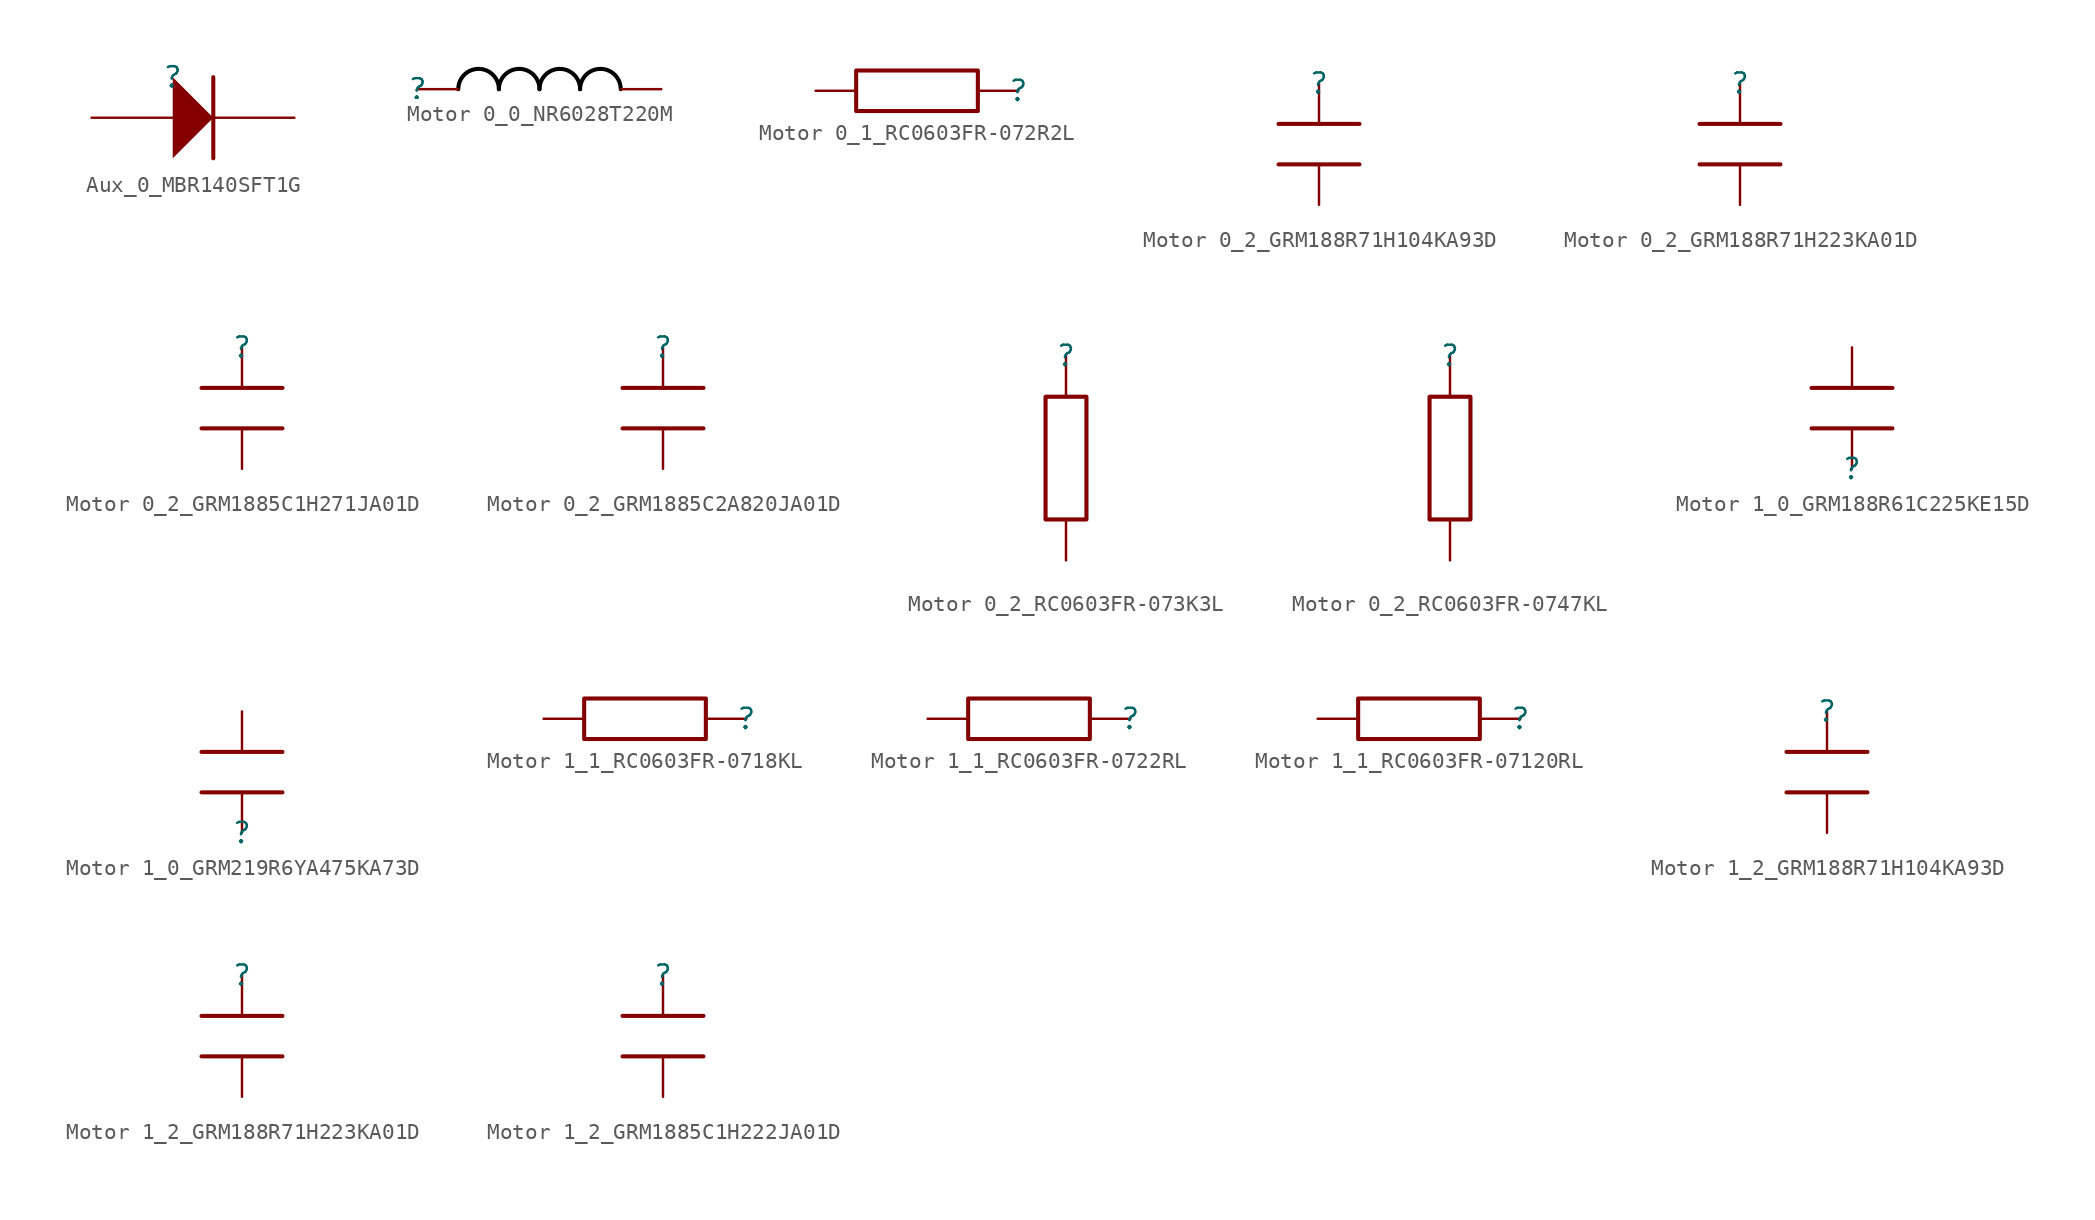
<source format=kicad_sym>
(kicad_symbol_lib
  (version 20231120)
  (generator "kicad_symbol_editor")
  (generator_version "8.0")
  (symbol "Aux_0_MBR140SFT1G"
    (property "Reference" ""
      (at 0 0 0)
      (effects (font (size 1.27 1.27))))
    (property "Value" ""
      (at 0 0 0)
      (effects (font (size 1.27 1.27))))
    (symbol "Aux_0_MBR140SFT1G_1_0"
      (polyline (pts (xy 2.54 0) (xy 2.54 -5.08)) (stroke (width 0.254) (type solid)) (fill (type none)))
      (polyline (pts (xy 0 -5.08) (xy 2.54 -2.54) (xy 0 0) (xy 0 -5.08)) (stroke (width -0.0001) (type solid)) (fill (type outline)))
      (pin passive line (at -5.08 -2.54 0) (length 5.08) (name "A" (effects (font (size 0 0)))) (number "A" (effects (font (size 0 0)))))
      (pin passive line (at 7.62 -2.54 180) (length 5.08) (name "K" (effects (font (size 0 0)))) (number "K" (effects (font (size 0 0)))))))
  (symbol "Motor 0_0_NR6028T220M"
    (property "Reference" ""
      (at 0 0 0)
      (effects (font (size 1.27 1.27))))
    (property "Value" ""
      (at 0 0 0)
      (effects (font (size 1.27 1.27))))
    (symbol "Motor 0_0_NR6028T220M_1_0"
      (arc (start 5.08 0) (mid 3.81 1.27) (end 2.54 0) (stroke (width 0.254) (type solid) (color 0 0 0 1)) (fill (type none)))
      (arc (start 7.62 0) (mid 6.35 1.27) (end 5.08 0) (stroke (width 0.254) (type solid) (color 0 0 0 1)) (fill (type none)))
      (arc (start 10.16 0) (mid 8.89 1.27) (end 7.62 0) (stroke (width 0.254) (type solid) (color 0 0 0 1)) (fill (type none)))
      (arc (start 12.7 0) (mid 11.43 1.27) (end 10.16 0) (stroke (width 0.254) (type solid) (color 0 0 0 1)) (fill (type none)))
      (pin passive line (at 0 0 0) (length 2.54) (name "1" (effects (font (size 0 0)))) (number "1" (effects (font (size 0 0)))))
      (pin passive line (at 15.24 0 180) (length 2.54) (name "2" (effects (font (size 0 0)))) (number "2" (effects (font (size 0 0)))))))
  (symbol "Motor 0_1_RC0603FR-072R2L"
    (property "Reference" ""
      (at 0 0 0)
      (effects (font (size 1.27 1.27))))
    (property "Value" ""
      (at 0 0 0)
      (effects (font (size 1.27 1.27))))
    (symbol "Motor 0_1_RC0603FR-072R2L_1_0"
      (polyline (pts (xy -2.54 1.27) (xy -2.54 -1.27) (xy -10.16 -1.27) (xy -10.16 1.27) (xy -2.54 1.27)) (stroke (width 0.254) (type solid)) (fill (type none)))
      (pin passive line (at 0 0 180) (length 2.54) (name "0" (effects (font (size 0 0)))) (number "1" (effects (font (size 0 0)))))
      (pin passive line (at -12.7 0 0) (length 2.54) (name "0" (effects (font (size 0 0)))) (number "2" (effects (font (size 0 0)))))))
  (symbol "Motor 0_2_GRM188R71H104KA93D"
    (property "Reference" ""
      (at 0 0 0)
      (effects (font (size 1.27 1.27))))
    (property "Value" ""
      (at 0 0 0)
      (effects (font (size 1.27 1.27))))
    (symbol "Motor 0_2_GRM188R71H104KA93D_1_0"
      (polyline (pts (xy 2.54 -5.08) (xy -2.54 -5.08)) (stroke (width 0.254) (type solid)) (fill (type none)))
      (polyline (pts (xy 2.54 -2.54) (xy -2.54 -2.54)) (stroke (width 0.254) (type solid)) (fill (type none)))
      (pin passive line (at 0 0 270) (length 2.54) (name "1" (effects (font (size 0 0)))) (number "1" (effects (font (size 0 0)))))
      (pin passive line (at 0 -7.62 90) (length 2.54) (name "2" (effects (font (size 0 0)))) (number "2" (effects (font (size 0 0)))))))
  (symbol "Motor 0_2_GRM188R71H223KA01D"
    (property "Reference" ""
      (at 0 0 0)
      (effects (font (size 1.27 1.27))))
    (property "Value" ""
      (at 0 0 0)
      (effects (font (size 1.27 1.27))))
    (symbol "Motor 0_2_GRM188R71H223KA01D_1_0"
      (polyline (pts (xy 2.54 -5.08) (xy -2.54 -5.08)) (stroke (width 0.254) (type solid)) (fill (type none)))
      (polyline (pts (xy 2.54 -2.54) (xy -2.54 -2.54)) (stroke (width 0.254) (type solid)) (fill (type none)))
      (pin passive line (at 0 0 270) (length 2.54) (name "1" (effects (font (size 0 0)))) (number "1" (effects (font (size 0 0)))))
      (pin passive line (at 0 -7.62 90) (length 2.54) (name "2" (effects (font (size 0 0)))) (number "2" (effects (font (size 0 0)))))))
  (symbol "Motor 0_2_GRM1885C1H271JA01D"
    (property "Reference" ""
      (at 0 0 0)
      (effects (font (size 1.27 1.27))))
    (property "Value" ""
      (at 0 0 0)
      (effects (font (size 1.27 1.27))))
    (symbol "Motor 0_2_GRM1885C1H271JA01D_1_0"
      (polyline (pts (xy 2.54 -5.08) (xy -2.54 -5.08)) (stroke (width 0.254) (type solid)) (fill (type none)))
      (polyline (pts (xy 2.54 -2.54) (xy -2.54 -2.54)) (stroke (width 0.254) (type solid)) (fill (type none)))
      (pin passive line (at 0 0 270) (length 2.54) (name "1" (effects (font (size 0 0)))) (number "1" (effects (font (size 0 0)))))
      (pin passive line (at 0 -7.62 90) (length 2.54) (name "2" (effects (font (size 0 0)))) (number "2" (effects (font (size 0 0)))))))
  (symbol "Motor 0_2_GRM1885C2A820JA01D"
    (property "Reference" ""
      (at 0 0 0)
      (effects (font (size 1.27 1.27))))
    (property "Value" ""
      (at 0 0 0)
      (effects (font (size 1.27 1.27))))
    (symbol "Motor 0_2_GRM1885C2A820JA01D_1_0"
      (polyline (pts (xy 2.54 -5.08) (xy -2.54 -5.08)) (stroke (width 0.254) (type solid)) (fill (type none)))
      (polyline (pts (xy 2.54 -2.54) (xy -2.54 -2.54)) (stroke (width 0.254) (type solid)) (fill (type none)))
      (pin passive line (at 0 0 270) (length 2.54) (name "1" (effects (font (size 0 0)))) (number "1" (effects (font (size 0 0)))))
      (pin passive line (at 0 -7.62 90) (length 2.54) (name "2" (effects (font (size 0 0)))) (number "2" (effects (font (size 0 0)))))))
  (symbol "Motor 0_2_RC0603FR-073K3L"
    (property "Reference" ""
      (at 0 0 0)
      (effects (font (size 1.27 1.27))))
    (property "Value" ""
      (at 0 0 0)
      (effects (font (size 1.27 1.27))))
    (symbol "Motor 0_2_RC0603FR-073K3L_1_0"
      (polyline (pts (xy -1.27 -2.54) (xy 1.27 -2.54) (xy 1.27 -10.16) (xy -1.27 -10.16) (xy -1.27 -2.54)) (stroke (width 0.254) (type solid)) (fill (type none)))
      (pin passive line (at 0 0 270) (length 2.54) (name "0" (effects (font (size 0 0)))) (number "1" (effects (font (size 0 0)))))
      (pin passive line (at 0 -12.7 90) (length 2.54) (name "0" (effects (font (size 0 0)))) (number "2" (effects (font (size 0 0)))))))
  (symbol "Motor 0_2_RC0603FR-0747KL"
    (property "Reference" ""
      (at 0 0 0)
      (effects (font (size 1.27 1.27))))
    (property "Value" ""
      (at 0 0 0)
      (effects (font (size 1.27 1.27))))
    (symbol "Motor 0_2_RC0603FR-0747KL_1_0"
      (polyline (pts (xy -1.27 -2.54) (xy 1.27 -2.54) (xy 1.27 -10.16) (xy -1.27 -10.16) (xy -1.27 -2.54)) (stroke (width 0.254) (type solid)) (fill (type none)))
      (pin passive line (at 0 0 270) (length 2.54) (name "0" (effects (font (size 0 0)))) (number "1" (effects (font (size 0 0)))))
      (pin passive line (at 0 -12.7 90) (length 2.54) (name "0" (effects (font (size 0 0)))) (number "2" (effects (font (size 0 0)))))))
  (symbol "Motor 1_0_GRM188R61C225KE15D"
    (property "Reference" ""
      (at 0 0 0)
      (effects (font (size 1.27 1.27))))
    (property "Value" ""
      (at 0 0 0)
      (effects (font (size 1.27 1.27))))
    (symbol "Motor 1_0_GRM188R61C225KE15D_1_0"
      (polyline (pts (xy -2.54 2.54) (xy 2.54 2.54)) (stroke (width 0.254) (type solid)) (fill (type none)))
      (polyline (pts (xy -2.54 5.08) (xy 2.54 5.08)) (stroke (width 0.254) (type solid)) (fill (type none)))
      (pin passive line (at 0 0 90) (length 2.54) (name "1" (effects (font (size 0 0)))) (number "1" (effects (font (size 0 0)))))
      (pin passive line (at 0 7.62 270) (length 2.54) (name "2" (effects (font (size 0 0)))) (number "2" (effects (font (size 0 0)))))))
  (symbol "Motor 1_0_GRM219R6YA475KA73D"
    (property "Reference" ""
      (at 0 0 0)
      (effects (font (size 1.27 1.27))))
    (property "Value" ""
      (at 0 0 0)
      (effects (font (size 1.27 1.27))))
    (symbol "Motor 1_0_GRM219R6YA475KA73D_1_0"
      (polyline (pts (xy -2.54 2.54) (xy 2.54 2.54)) (stroke (width 0.254) (type solid)) (fill (type none)))
      (polyline (pts (xy -2.54 5.08) (xy 2.54 5.08)) (stroke (width 0.254) (type solid)) (fill (type none)))
      (pin passive line (at 0 0 90) (length 2.54) (name "1" (effects (font (size 0 0)))) (number "1" (effects (font (size 0 0)))))
      (pin passive line (at 0 7.62 270) (length 2.54) (name "2" (effects (font (size 0 0)))) (number "2" (effects (font (size 0 0)))))))
  (symbol "Motor 1_1_RC0603FR-0718KL"
    (property "Reference" ""
      (at 0 0 0)
      (effects (font (size 1.27 1.27))))
    (property "Value" ""
      (at 0 0 0)
      (effects (font (size 1.27 1.27))))
    (symbol "Motor 1_1_RC0603FR-0718KL_1_0"
      (polyline (pts (xy -2.54 1.27) (xy -2.54 -1.27) (xy -10.16 -1.27) (xy -10.16 1.27) (xy -2.54 1.27)) (stroke (width 0.254) (type solid)) (fill (type none)))
      (pin passive line (at 0 0 180) (length 2.54) (name "0" (effects (font (size 0 0)))) (number "1" (effects (font (size 0 0)))))
      (pin passive line (at -12.7 0 0) (length 2.54) (name "0" (effects (font (size 0 0)))) (number "2" (effects (font (size 0 0)))))))
  (symbol "Motor 1_1_RC0603FR-0722RL"
    (property "Reference" ""
      (at 0 0 0)
      (effects (font (size 1.27 1.27))))
    (property "Value" ""
      (at 0 0 0)
      (effects (font (size 1.27 1.27))))
    (symbol "Motor 1_1_RC0603FR-0722RL_1_0"
      (polyline (pts (xy -2.54 1.27) (xy -2.54 -1.27) (xy -10.16 -1.27) (xy -10.16 1.27) (xy -2.54 1.27)) (stroke (width 0.254) (type solid)) (fill (type none)))
      (pin passive line (at 0 0 180) (length 2.54) (name "0" (effects (font (size 0 0)))) (number "1" (effects (font (size 0 0)))))
      (pin passive line (at -12.7 0 0) (length 2.54) (name "0" (effects (font (size 0 0)))) (number "2" (effects (font (size 0 0)))))))
  (symbol "Motor 1_1_RC0603FR-07120RL"
    (property "Reference" ""
      (at 0 0 0)
      (effects (font (size 1.27 1.27))))
    (property "Value" ""
      (at 0 0 0)
      (effects (font (size 1.27 1.27))))
    (symbol "Motor 1_1_RC0603FR-07120RL_1_0"
      (polyline (pts (xy -2.54 1.27) (xy -2.54 -1.27) (xy -10.16 -1.27) (xy -10.16 1.27) (xy -2.54 1.27)) (stroke (width 0.254) (type solid)) (fill (type none)))
      (pin passive line (at 0 0 180) (length 2.54) (name "0" (effects (font (size 0 0)))) (number "1" (effects (font (size 0 0)))))
      (pin passive line (at -12.7 0 0) (length 2.54) (name "0" (effects (font (size 0 0)))) (number "2" (effects (font (size 0 0)))))))
  (symbol "Motor 1_2_GRM188R71H104KA93D"
    (property "Reference" ""
      (at 0 0 0)
      (effects (font (size 1.27 1.27))))
    (property "Value" ""
      (at 0 0 0)
      (effects (font (size 1.27 1.27))))
    (symbol "Motor 1_2_GRM188R71H104KA93D_1_0"
      (polyline (pts (xy 2.54 -5.08) (xy -2.54 -5.08)) (stroke (width 0.254) (type solid)) (fill (type none)))
      (polyline (pts (xy 2.54 -2.54) (xy -2.54 -2.54)) (stroke (width 0.254) (type solid)) (fill (type none)))
      (pin passive line (at 0 0 270) (length 2.54) (name "1" (effects (font (size 0 0)))) (number "1" (effects (font (size 0 0)))))
      (pin passive line (at 0 -7.62 90) (length 2.54) (name "2" (effects (font (size 0 0)))) (number "2" (effects (font (size 0 0)))))))
  (symbol "Motor 1_2_GRM188R71H223KA01D"
    (property "Reference" ""
      (at 0 0 0)
      (effects (font (size 1.27 1.27))))
    (property "Value" ""
      (at 0 0 0)
      (effects (font (size 1.27 1.27))))
    (symbol "Motor 1_2_GRM188R71H223KA01D_1_0"
      (polyline (pts (xy 2.54 -5.08) (xy -2.54 -5.08)) (stroke (width 0.254) (type solid)) (fill (type none)))
      (polyline (pts (xy 2.54 -2.54) (xy -2.54 -2.54)) (stroke (width 0.254) (type solid)) (fill (type none)))
      (pin passive line (at 0 0 270) (length 2.54) (name "1" (effects (font (size 0 0)))) (number "1" (effects (font (size 0 0)))))
      (pin passive line (at 0 -7.62 90) (length 2.54) (name "2" (effects (font (size 0 0)))) (number "2" (effects (font (size 0 0)))))))
  (symbol "Motor 1_2_GRM1885C1H222JA01D"
    (property "Reference" ""
      (at 0 0 0)
      (effects (font (size 1.27 1.27))))
    (property "Value" ""
      (at 0 0 0)
      (effects (font (size 1.27 1.27))))
    (symbol "Motor 1_2_GRM1885C1H222JA01D_1_0"
      (polyline (pts (xy 2.54 -5.08) (xy -2.54 -5.08)) (stroke (width 0.254) (type solid)) (fill (type none)))
      (polyline (pts (xy 2.54 -2.54) (xy -2.54 -2.54)) (stroke (width 0.254) (type solid)) (fill (type none)))
      (pin passive line (at 0 0 270) (length 2.54) (name "1" (effects (font (size 0 0)))) (number "1" (effects (font (size 0 0)))))
      (pin passive line (at 0 -7.62 90) (length 2.54) (name "2" (effects (font (size 0 0)))) (number "2" (effects (font (size 0 0))))))))
</source>
